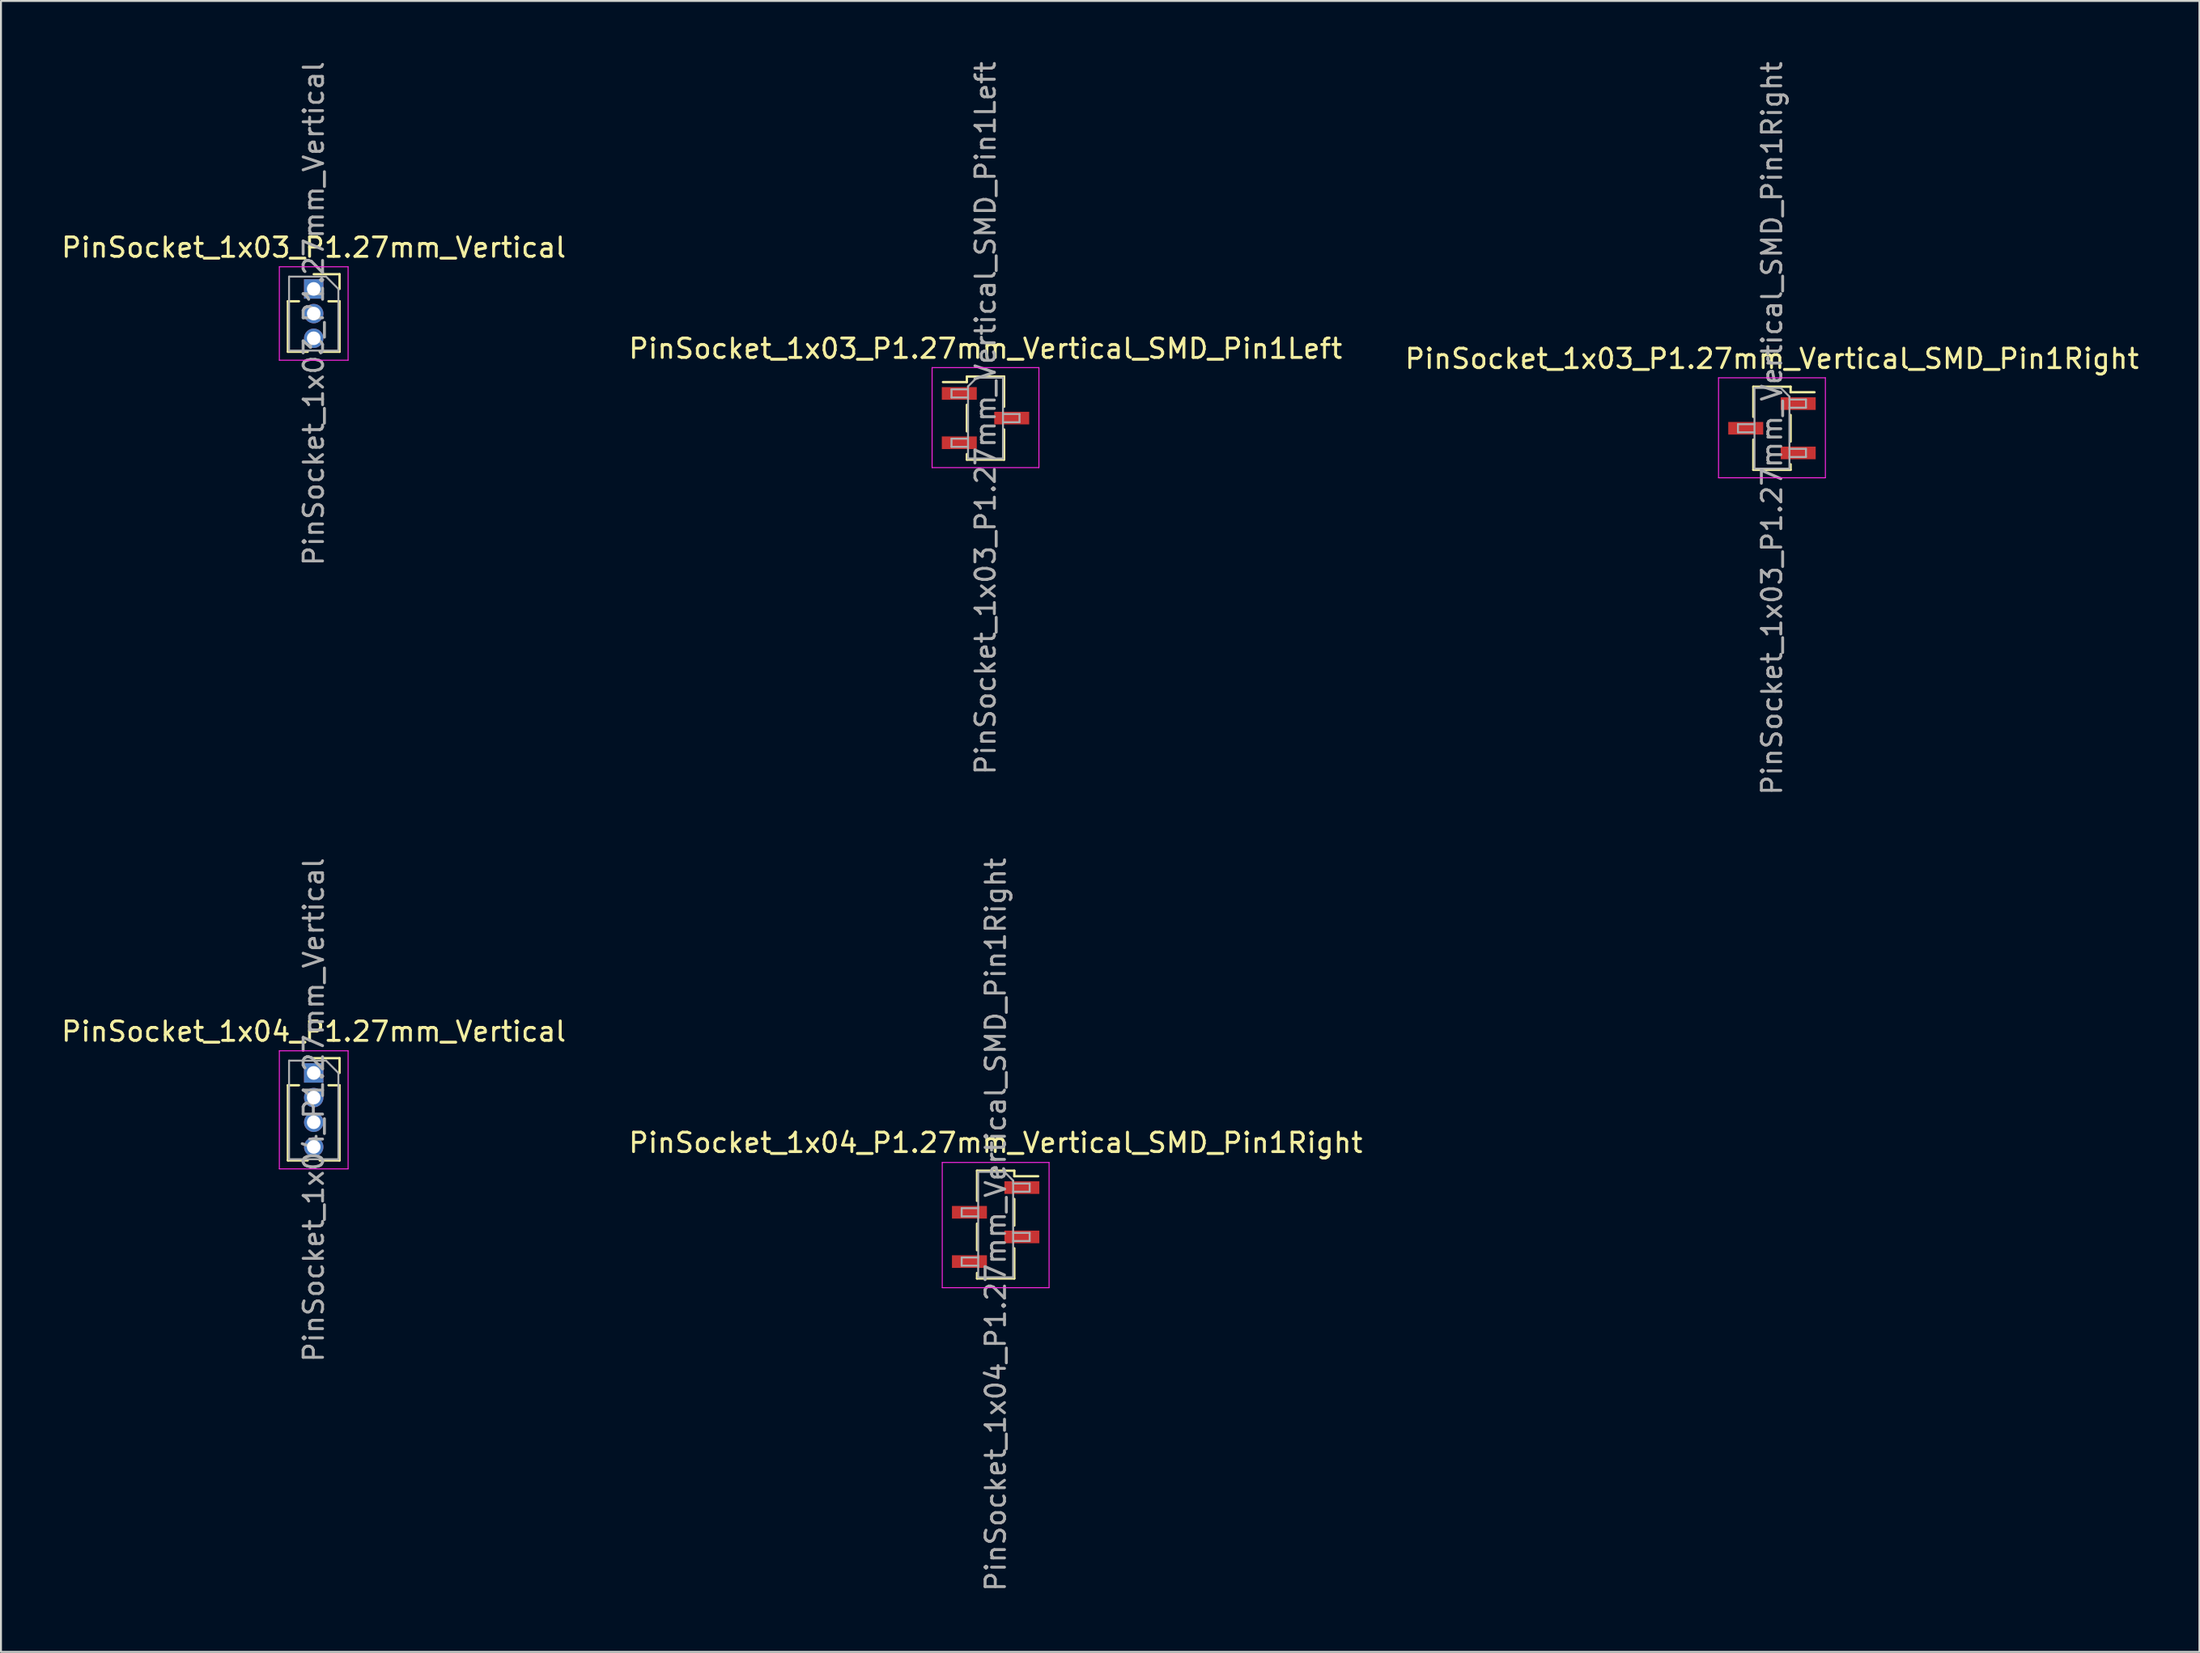
<source format=kicad_pcb>
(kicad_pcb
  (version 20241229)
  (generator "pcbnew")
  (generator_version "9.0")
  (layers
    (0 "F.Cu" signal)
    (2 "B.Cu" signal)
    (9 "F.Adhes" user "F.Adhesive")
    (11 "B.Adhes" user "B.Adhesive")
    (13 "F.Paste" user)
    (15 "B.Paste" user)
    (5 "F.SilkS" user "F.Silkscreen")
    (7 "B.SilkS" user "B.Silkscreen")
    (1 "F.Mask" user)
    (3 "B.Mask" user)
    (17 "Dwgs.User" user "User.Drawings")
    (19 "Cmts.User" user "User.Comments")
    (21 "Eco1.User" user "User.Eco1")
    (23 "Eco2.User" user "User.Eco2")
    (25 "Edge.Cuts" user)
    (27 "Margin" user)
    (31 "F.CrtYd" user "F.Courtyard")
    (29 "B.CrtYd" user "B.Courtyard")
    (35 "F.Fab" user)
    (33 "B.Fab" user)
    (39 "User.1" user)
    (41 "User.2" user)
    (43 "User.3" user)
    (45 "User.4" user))
  (footprint "PinSocket_1x03_P1.27mm_Vertical"
    (layer "F.Cu")
    (at 13.101 11.831)
    (property "Reference" "PinSocket_1x03_P1.27mm_Vertical" (at 0 -2.135 0) (layer "F.SilkS") (effects (font (size 1 1) (thickness 0.15))))
    (attr through_hole)
    (fp_line (start -1.33 0.635) (end -1.33 3.235) (stroke (width 0.12) (type solid)) (layer "F.SilkS"))
    (fp_line (start -1.33 0.635) (end -0.76 0.635) (stroke (width 0.12) (type solid)) (layer "F.SilkS"))
    (fp_line (start -1.33 3.235) (end -0.308 3.235) (stroke (width 0.12) (type solid)) (layer "F.SilkS"))
    (fp_line (start 0 -0.76) (end 1.33 -0.76) (stroke (width 0.12) (type solid)) (layer "F.SilkS"))
    (fp_line (start 0.308 3.235) (end 1.33 3.235) (stroke (width 0.12) (type solid)) (layer "F.SilkS"))
    (fp_line (start 0.76 0.635) (end 1.33 0.635) (stroke (width 0.12) (type solid)) (layer "F.SilkS"))
    (fp_line (start 1.33 -0.76) (end 1.33 0) (stroke (width 0.12) (type solid)) (layer "F.SilkS"))
    (fp_line (start 1.33 0.635) (end 1.33 3.235) (stroke (width 0.12) (type solid)) (layer "F.SilkS"))
    (fp_line (start -1.77 -1.14) (end 1.77 -1.14) (stroke (width 0.05) (type solid)) (layer "F.CrtYd"))
    (fp_line (start -1.77 3.67) (end -1.77 -1.14) (stroke (width 0.05) (type solid)) (layer "F.CrtYd"))
    (fp_line (start 1.77 -1.14) (end 1.77 3.67) (stroke (width 0.05) (type solid)) (layer "F.CrtYd"))
    (fp_line (start 1.77 3.67) (end -1.77 3.67) (stroke (width 0.05) (type solid)) (layer "F.CrtYd"))
    (fp_line (start -1.27 -0.635) (end 0.635 -0.635) (stroke (width 0.1) (type solid)) (layer "F.Fab"))
    (fp_line (start -1.27 3.175) (end -1.27 -0.635) (stroke (width 0.1) (type solid)) (layer "F.Fab"))
    (fp_line (start 0.635 -0.635) (end 1.27 0) (stroke (width 0.1) (type solid)) (layer "F.Fab"))
    (fp_line (start 1.27 0) (end 1.27 3.175) (stroke (width 0.1) (type solid)) (layer "F.Fab"))
    (fp_line (start 1.27 3.175) (end -1.27 3.175) (stroke (width 0.1) (type solid)) (layer "F.Fab"))
    (fp_text user "${REFERENCE}" (at 0 1.27 90) (layer "F.Fab") (effects (font (size 1 1) (thickness 0.15))))
    (pad "1" thru_hole rect (at 0 0) (size 1 1) (drill 0.7) (layers "*.Cu" "*.Mask"))
    (pad "2" thru_hole circle (at 0 1.27) (size 1 1) (drill 0.7) (layers "*.Cu" "*.Mask"))
    (pad "3" thru_hole circle (at 0 2.54) (size 1 1) (drill 0.7) (layers "*.Cu" "*.Mask")))
  (footprint "PinSocket_1x04_P1.27mm_Vertical_SMD_Pin1Right"
    (layer "F.Cu")
    (at 48.208 60.018)
    (property "Reference" "PinSocket_1x04_P1.27mm_Vertical_SMD_Pin1Right" (at 0 -4.215 0) (layer "F.SilkS") (effects (font (size 1 1) (thickness 0.15))))
    (attr smd)
    (fp_line (start -0.96 -2.775) (end -0.96 -1.22) (stroke (width 0.12) (type solid)) (layer "F.SilkS"))
    (fp_line (start -0.96 -2.775) (end 0.96 -2.775) (stroke (width 0.12) (type solid)) (layer "F.SilkS"))
    (fp_line (start -0.96 -0.05) (end -0.96 1.32) (stroke (width 0.12) (type solid)) (layer "F.SilkS"))
    (fp_line (start -0.96 2.49) (end -0.96 2.775) (stroke (width 0.12) (type solid)) (layer "F.SilkS"))
    (fp_line (start -0.96 2.775) (end 0.96 2.775) (stroke (width 0.12) (type solid)) (layer "F.SilkS"))
    (fp_line (start 0.96 -2.775) (end 0.96 -2.49) (stroke (width 0.12) (type solid)) (layer "F.SilkS"))
    (fp_line (start 0.96 -2.49) (end 2.19 -2.49) (stroke (width 0.12) (type solid)) (layer "F.SilkS"))
    (fp_line (start 0.96 -1.32) (end 0.96 0.05) (stroke (width 0.12) (type solid)) (layer "F.SilkS"))
    (fp_line (start 0.96 1.22) (end 0.96 2.775) (stroke (width 0.12) (type solid)) (layer "F.SilkS"))
    (fp_line (start -2.75 -3.2) (end 2.75 -3.2) (stroke (width 0.05) (type solid)) (layer "F.CrtYd"))
    (fp_line (start -2.75 3.25) (end -2.75 -3.2) (stroke (width 0.05) (type solid)) (layer "F.CrtYd"))
    (fp_line (start 2.75 -3.2) (end 2.75 3.25) (stroke (width 0.05) (type solid)) (layer "F.CrtYd"))
    (fp_line (start 2.75 3.25) (end -2.75 3.25) (stroke (width 0.05) (type solid)) (layer "F.CrtYd"))
    (fp_line (start -1.75 -0.845) (end -0.9 -0.845) (stroke (width 0.1) (type solid)) (layer "F.Fab"))
    (fp_line (start -1.75 -0.425) (end -1.75 -0.845) (stroke (width 0.1) (type solid)) (layer "F.Fab"))
    (fp_line (start -1.75 1.695) (end -0.9 1.695) (stroke (width 0.1) (type solid)) (layer "F.Fab"))
    (fp_line (start -1.75 2.115) (end -1.75 1.695) (stroke (width 0.1) (type solid)) (layer "F.Fab"))
    (fp_line (start -0.9 -2.715) (end 0.45 -2.715) (stroke (width 0.1) (type solid)) (layer "F.Fab"))
    (fp_line (start -0.9 -0.425) (end -1.75 -0.425) (stroke (width 0.1) (type solid)) (layer "F.Fab"))
    (fp_line (start -0.9 2.115) (end -1.75 2.115) (stroke (width 0.1) (type solid)) (layer "F.Fab"))
    (fp_line (start -0.9 2.715) (end -0.9 -2.715) (stroke (width 0.1) (type solid)) (layer "F.Fab"))
    (fp_line (start 0.45 -2.715) (end 0.9 -2.265) (stroke (width 0.1) (type solid)) (layer "F.Fab"))
    (fp_line (start 0.9 -2.265) (end 0.9 2.715) (stroke (width 0.1) (type solid)) (layer "F.Fab"))
    (fp_line (start 0.9 -2.115) (end 1.75 -2.115) (stroke (width 0.1) (type solid)) (layer "F.Fab"))
    (fp_line (start 0.9 0.425) (end 1.75 0.425) (stroke (width 0.1) (type solid)) (layer "F.Fab"))
    (fp_line (start 0.9 2.715) (end -0.9 2.715) (stroke (width 0.1) (type solid)) (layer "F.Fab"))
    (fp_line (start 1.75 -2.115) (end 1.75 -1.695) (stroke (width 0.1) (type solid)) (layer "F.Fab"))
    (fp_line (start 1.75 -1.695) (end 0.9 -1.695) (stroke (width 0.1) (type solid)) (layer "F.Fab"))
    (fp_line (start 1.75 0.425) (end 1.75 0.845) (stroke (width 0.1) (type solid)) (layer "F.Fab"))
    (fp_line (start 1.75 0.845) (end 0.9 0.845) (stroke (width 0.1) (type solid)) (layer "F.Fab"))
    (fp_text user "${REFERENCE}" (at 0 0 90) (layer "F.Fab") (effects (font (size 1 1) (thickness 0.15))))
    (pad "1" smd rect (at 1.35 -1.905) (size 1.8 0.65) (layers "F.Cu" "F.Mask" "F.Paste"))
    (pad "2" smd rect (at -1.35 -0.635) (size 1.8 0.65) (layers "F.Cu" "F.Mask" "F.Paste"))
    (pad "3" smd rect (at 1.35 0.635) (size 1.8 0.65) (layers "F.Cu" "F.Mask" "F.Paste"))
    (pad "4" smd rect (at -1.35 1.905) (size 1.8 0.65) (layers "F.Cu" "F.Mask" "F.Paste")))
  (footprint "PinSocket_1x03_P1.27mm_Vertical_SMD_Pin1Left"
    (layer "F.Cu")
    (at 47.685 18.482)
    (property "Reference" "PinSocket_1x03_P1.27mm_Vertical_SMD_Pin1Left" (at 0 -3.58 0) (layer "F.SilkS") (effects (font (size 1 1) (thickness 0.15))))
    (attr smd)
    (fp_line (start -2.19 -1.855) (end -0.96 -1.855) (stroke (width 0.12) (type solid)) (layer "F.SilkS"))
    (fp_line (start -0.96 -2.14) (end -0.96 -1.855) (stroke (width 0.12) (type solid)) (layer "F.SilkS"))
    (fp_line (start -0.96 -2.14) (end 0.96 -2.14) (stroke (width 0.12) (type solid)) (layer "F.SilkS"))
    (fp_line (start -0.96 -0.685) (end -0.96 0.685) (stroke (width 0.12) (type solid)) (layer "F.SilkS"))
    (fp_line (start -0.96 1.855) (end -0.96 2.14) (stroke (width 0.12) (type solid)) (layer "F.SilkS"))
    (fp_line (start -0.96 2.14) (end 0.96 2.14) (stroke (width 0.12) (type solid)) (layer "F.SilkS"))
    (fp_line (start 0.96 -2.14) (end 0.96 -0.585) (stroke (width 0.12) (type solid)) (layer "F.SilkS"))
    (fp_line (start 0.96 0.585) (end 0.96 2.14) (stroke (width 0.12) (type solid)) (layer "F.SilkS"))
    (fp_line (start -2.75 -2.6) (end 2.75 -2.6) (stroke (width 0.05) (type solid)) (layer "F.CrtYd"))
    (fp_line (start -2.75 2.55) (end -2.75 -2.6) (stroke (width 0.05) (type solid)) (layer "F.CrtYd"))
    (fp_line (start 2.75 -2.6) (end 2.75 2.55) (stroke (width 0.05) (type solid)) (layer "F.CrtYd"))
    (fp_line (start 2.75 2.55) (end -2.75 2.55) (stroke (width 0.05) (type solid)) (layer "F.CrtYd"))
    (fp_line (start -1.75 -1.48) (end -0.9 -1.48) (stroke (width 0.1) (type solid)) (layer "F.Fab"))
    (fp_line (start -1.75 -1.06) (end -1.75 -1.48) (stroke (width 0.1) (type solid)) (layer "F.Fab"))
    (fp_line (start -1.75 1.06) (end -0.9 1.06) (stroke (width 0.1) (type solid)) (layer "F.Fab"))
    (fp_line (start -1.75 1.48) (end -1.75 1.06) (stroke (width 0.1) (type solid)) (layer "F.Fab"))
    (fp_line (start -0.9 -1.63) (end -0.45 -2.08) (stroke (width 0.1) (type solid)) (layer "F.Fab"))
    (fp_line (start -0.9 -1.06) (end -1.75 -1.06) (stroke (width 0.1) (type solid)) (layer "F.Fab"))
    (fp_line (start -0.9 1.48) (end -1.75 1.48) (stroke (width 0.1) (type solid)) (layer "F.Fab"))
    (fp_line (start -0.9 2.08) (end -0.9 -1.63) (stroke (width 0.1) (type solid)) (layer "F.Fab"))
    (fp_line (start -0.45 -2.08) (end 0.9 -2.08) (stroke (width 0.1) (type solid)) (layer "F.Fab"))
    (fp_line (start 0.9 -2.08) (end 0.9 2.08) (stroke (width 0.1) (type solid)) (layer "F.Fab"))
    (fp_line (start 0.9 -0.21) (end 1.75 -0.21) (stroke (width 0.1) (type solid)) (layer "F.Fab"))
    (fp_line (start 0.9 2.08) (end -0.9 2.08) (stroke (width 0.1) (type solid)) (layer "F.Fab"))
    (fp_line (start 1.75 -0.21) (end 1.75 0.21) (stroke (width 0.1) (type solid)) (layer "F.Fab"))
    (fp_line (start 1.75 0.21) (end 0.9 0.21) (stroke (width 0.1) (type solid)) (layer "F.Fab"))
    (fp_text user "${REFERENCE}" (at 0 0 90) (layer "F.Fab") (effects (font (size 1 1) (thickness 0.15))))
    (pad "1" smd rect (at -1.35 -1.27) (size 1.8 0.65) (layers "F.Cu" "F.Mask" "F.Paste"))
    (pad "2" smd rect (at 1.35 0) (size 1.8 0.65) (layers "F.Cu" "F.Mask" "F.Paste"))
    (pad "3" smd rect (at -1.35 1.27) (size 1.8 0.65) (layers "F.Cu" "F.Mask" "F.Paste")))
  (footprint "PinSocket_1x04_P1.27mm_Vertical"
    (layer "F.Cu")
    (at 13.101 52.208)
    (property "Reference" "PinSocket_1x04_P1.27mm_Vertical" (at 0 -2.135 0) (layer "F.SilkS") (effects (font (size 1 1) (thickness 0.15))))
    (attr through_hole)
    (fp_line (start -1.33 0.635) (end -1.33 4.505) (stroke (width 0.12) (type solid)) (layer "F.SilkS"))
    (fp_line (start -1.33 0.635) (end -0.76 0.635) (stroke (width 0.12) (type solid)) (layer "F.SilkS"))
    (fp_line (start -1.33 4.505) (end -0.308 4.505) (stroke (width 0.12) (type solid)) (layer "F.SilkS"))
    (fp_line (start 0 -0.76) (end 1.33 -0.76) (stroke (width 0.12) (type solid)) (layer "F.SilkS"))
    (fp_line (start 0.308 4.505) (end 1.33 4.505) (stroke (width 0.12) (type solid)) (layer "F.SilkS"))
    (fp_line (start 0.76 0.635) (end 1.33 0.635) (stroke (width 0.12) (type solid)) (layer "F.SilkS"))
    (fp_line (start 1.33 -0.76) (end 1.33 0) (stroke (width 0.12) (type solid)) (layer "F.SilkS"))
    (fp_line (start 1.33 0.635) (end 1.33 4.505) (stroke (width 0.12) (type solid)) (layer "F.SilkS"))
    (fp_line (start -1.77 -1.14) (end 1.77 -1.14) (stroke (width 0.05) (type solid)) (layer "F.CrtYd"))
    (fp_line (start -1.77 4.94) (end -1.77 -1.14) (stroke (width 0.05) (type solid)) (layer "F.CrtYd"))
    (fp_line (start 1.77 -1.14) (end 1.77 4.94) (stroke (width 0.05) (type solid)) (layer "F.CrtYd"))
    (fp_line (start 1.77 4.94) (end -1.77 4.94) (stroke (width 0.05) (type solid)) (layer "F.CrtYd"))
    (fp_line (start -1.27 -0.635) (end 0.635 -0.635) (stroke (width 0.1) (type solid)) (layer "F.Fab"))
    (fp_line (start -1.27 4.445) (end -1.27 -0.635) (stroke (width 0.1) (type solid)) (layer "F.Fab"))
    (fp_line (start 0.635 -0.635) (end 1.27 0) (stroke (width 0.1) (type solid)) (layer "F.Fab"))
    (fp_line (start 1.27 0) (end 1.27 4.445) (stroke (width 0.1) (type solid)) (layer "F.Fab"))
    (fp_line (start 1.27 4.445) (end -1.27 4.445) (stroke (width 0.1) (type solid)) (layer "F.Fab"))
    (fp_text user "${REFERENCE}" (at 0 1.905 90) (layer "F.Fab") (effects (font (size 1 1) (thickness 0.15))))
    (pad "1" thru_hole rect (at 0 0) (size 1 1) (drill 0.7) (layers "*.Cu" "*.Mask"))
    (pad "2" thru_hole circle (at 0 1.27) (size 1 1) (drill 0.7) (layers "*.Cu" "*.Mask"))
    (pad "3" thru_hole circle (at 0 2.54) (size 1 1) (drill 0.7) (layers "*.Cu" "*.Mask"))
    (pad "4" thru_hole circle (at 0 3.81) (size 1 1) (drill 0.7) (layers "*.Cu" "*.Mask")))
  (footprint "PinSocket_1x03_P1.27mm_Vertical_SMD_Pin1Right"
    (layer "F.Cu")
    (at 88.173 19.006)
    (property "Reference" "PinSocket_1x03_P1.27mm_Vertical_SMD_Pin1Right" (at 0 -3.58 0) (layer "F.SilkS") (effects (font (size 1 1) (thickness 0.15))))
    (attr smd)
    (fp_line (start -0.96 -2.14) (end -0.96 -0.585) (stroke (width 0.12) (type solid)) (layer "F.SilkS"))
    (fp_line (start -0.96 -2.14) (end 0.96 -2.14) (stroke (width 0.12) (type solid)) (layer "F.SilkS"))
    (fp_line (start -0.96 0.585) (end -0.96 2.14) (stroke (width 0.12) (type solid)) (layer "F.SilkS"))
    (fp_line (start -0.96 2.14) (end 0.96 2.14) (stroke (width 0.12) (type solid)) (layer "F.SilkS"))
    (fp_line (start 0.96 -2.14) (end 0.96 -1.855) (stroke (width 0.12) (type solid)) (layer "F.SilkS"))
    (fp_line (start 0.96 -1.855) (end 2.19 -1.855) (stroke (width 0.12) (type solid)) (layer "F.SilkS"))
    (fp_line (start 0.96 -0.685) (end 0.96 0.685) (stroke (width 0.12) (type solid)) (layer "F.SilkS"))
    (fp_line (start 0.96 1.855) (end 0.96 2.14) (stroke (width 0.12) (type solid)) (layer "F.SilkS"))
    (fp_line (start -2.75 -2.6) (end 2.75 -2.6) (stroke (width 0.05) (type solid)) (layer "F.CrtYd"))
    (fp_line (start -2.75 2.55) (end -2.75 -2.6) (stroke (width 0.05) (type solid)) (layer "F.CrtYd"))
    (fp_line (start 2.75 -2.6) (end 2.75 2.55) (stroke (width 0.05) (type solid)) (layer "F.CrtYd"))
    (fp_line (start 2.75 2.55) (end -2.75 2.55) (stroke (width 0.05) (type solid)) (layer "F.CrtYd"))
    (fp_line (start -1.75 -0.21) (end -0.9 -0.21) (stroke (width 0.1) (type solid)) (layer "F.Fab"))
    (fp_line (start -1.75 0.21) (end -1.75 -0.21) (stroke (width 0.1) (type solid)) (layer "F.Fab"))
    (fp_line (start -0.9 -2.08) (end 0.45 -2.08) (stroke (width 0.1) (type solid)) (layer "F.Fab"))
    (fp_line (start -0.9 0.21) (end -1.75 0.21) (stroke (width 0.1) (type solid)) (layer "F.Fab"))
    (fp_line (start -0.9 2.08) (end -0.9 -2.08) (stroke (width 0.1) (type solid)) (layer "F.Fab"))
    (fp_line (start 0.45 -2.08) (end 0.9 -1.63) (stroke (width 0.1) (type solid)) (layer "F.Fab"))
    (fp_line (start 0.9 -1.63) (end 0.9 2.08) (stroke (width 0.1) (type solid)) (layer "F.Fab"))
    (fp_line (start 0.9 -1.48) (end 1.75 -1.48) (stroke (width 0.1) (type solid)) (layer "F.Fab"))
    (fp_line (start 0.9 1.06) (end 1.75 1.06) (stroke (width 0.1) (type solid)) (layer "F.Fab"))
    (fp_line (start 0.9 2.08) (end -0.9 2.08) (stroke (width 0.1) (type solid)) (layer "F.Fab"))
    (fp_line (start 1.75 -1.48) (end 1.75 -1.06) (stroke (width 0.1) (type solid)) (layer "F.Fab"))
    (fp_line (start 1.75 -1.06) (end 0.9 -1.06) (stroke (width 0.1) (type solid)) (layer "F.Fab"))
    (fp_line (start 1.75 1.06) (end 1.75 1.48) (stroke (width 0.1) (type solid)) (layer "F.Fab"))
    (fp_line (start 1.75 1.48) (end 0.9 1.48) (stroke (width 0.1) (type solid)) (layer "F.Fab"))
    (fp_text user "${REFERENCE}" (at 0 0 90) (layer "F.Fab") (effects (font (size 1 1) (thickness 0.15))))
    (pad "1" smd rect (at 1.35 -1.27) (size 1.8 0.65) (layers "F.Cu" "F.Mask" "F.Paste"))
    (pad "2" smd rect (at -1.35 0) (size 1.8 0.65) (layers "F.Cu" "F.Mask" "F.Paste"))
    (pad "3" smd rect (at 1.35 1.27) (size 1.8 0.65) (layers "F.Cu" "F.Mask" "F.Paste")))
  (gr_rect
    (start -3 -3)
    (end 110.179 82.024)
    (stroke (width 0.1) (type default))
    (fill no)
    (layer "Edge.Cuts")))
</source>
